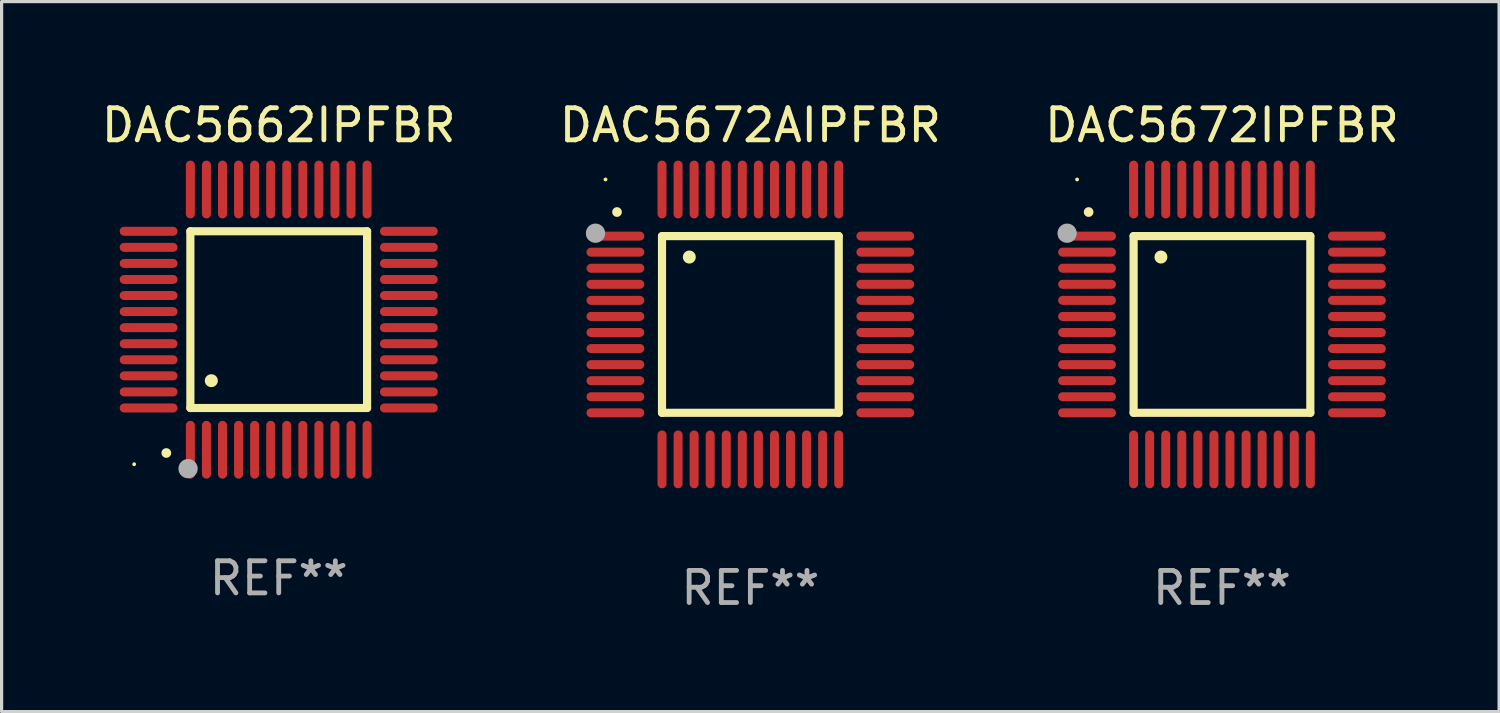
<source format=kicad_pcb>
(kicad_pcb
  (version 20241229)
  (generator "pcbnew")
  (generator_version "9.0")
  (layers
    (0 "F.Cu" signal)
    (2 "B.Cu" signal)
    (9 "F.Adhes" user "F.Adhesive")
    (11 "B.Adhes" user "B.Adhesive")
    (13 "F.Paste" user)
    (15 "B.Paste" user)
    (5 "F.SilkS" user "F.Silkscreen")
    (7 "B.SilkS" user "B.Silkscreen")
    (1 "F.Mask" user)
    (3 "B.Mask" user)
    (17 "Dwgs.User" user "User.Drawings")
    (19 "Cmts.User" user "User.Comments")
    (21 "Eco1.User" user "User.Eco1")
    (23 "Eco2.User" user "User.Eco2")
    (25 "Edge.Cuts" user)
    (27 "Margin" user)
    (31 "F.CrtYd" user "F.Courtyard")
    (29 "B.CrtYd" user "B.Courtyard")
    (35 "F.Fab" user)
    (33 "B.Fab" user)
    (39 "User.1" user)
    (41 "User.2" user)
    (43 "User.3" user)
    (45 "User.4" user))
  (footprint "DAC5672AIPFBR"
    (layer "F.Cu")
    (at 20.304 7.048)
    (property "Reference" "DAC5672AIPFBR" (at 0 -6.2 0) (layer "F.SilkS") (effects (font (size 1 1) (thickness 0.15))))
    (attr through_hole)
    (fp_line (start -2.75 -2.75) (end 2.75 -2.75) (stroke (width 0.254) (type solid)) (layer "F.SilkS"))
    (fp_line (start -2.75 2.75) (end -2.75 -2.75) (stroke (width 0.254) (type solid)) (layer "F.SilkS"))
    (fp_line (start 2.75 -2.75) (end 2.75 2.75) (stroke (width 0.254) (type solid)) (layer "F.SilkS"))
    (fp_line (start 2.75 2.75) (end -2.75 2.75) (stroke (width 0.254) (type solid)) (layer "F.SilkS"))
    (fp_arc (start -4.150368 -3.497587) (mid -4.150373 -3.498857) (end -4.150368 -3.500127) (stroke (width 0.3) (type solid)) (layer "F.SilkS"))
    (fp_arc (start -1.899924 -2.095504) (mid -1.89994 -2.098044) (end -1.899924 -2.100584) (stroke (width 0.4) (type solid)) (layer "F.SilkS"))
    (fp_circle (center -4.509 -4.513) (end -4.479 -4.513) (stroke (width 0.06) (type solid)) (fill no) (layer "F.SilkS"))
    (fp_circle (center -4.82 -2.84) (end -4.67 -2.84) (stroke (width 0.3) (type solid)) (fill no) (layer "F.Fab"))
    (fp_text user "REF**" (at 0 8.2 0) (layer "F.Fab") (effects (font (size 1 1) (thickness 0.15))))
    (pad "1" smd oval (at -4.2 -2.75 90) (size 0.28 1.8) (layers "F.Cu" "F.Mask" "F.Paste"))
    (pad "2" smd oval (at -4.2 -2.25 90) (size 0.28 1.8) (layers "F.Cu" "F.Mask" "F.Paste"))
    (pad "3" smd oval (at -4.2 -1.75 90) (size 0.28 1.8) (layers "F.Cu" "F.Mask" "F.Paste"))
    (pad "4" smd oval (at -4.2 -1.25 90) (size 0.28 1.8) (layers "F.Cu" "F.Mask" "F.Paste"))
    (pad "5" smd oval (at -4.2 -0.75 90) (size 0.28 1.8) (layers "F.Cu" "F.Mask" "F.Paste"))
    (pad "6" smd oval (at -4.2 -0.25 90) (size 0.28 1.8) (layers "F.Cu" "F.Mask" "F.Paste"))
    (pad "7" smd oval (at -4.2 0.25 90) (size 0.28 1.8) (layers "F.Cu" "F.Mask" "F.Paste"))
    (pad "8" smd oval (at -4.2 0.75 90) (size 0.28 1.8) (layers "F.Cu" "F.Mask" "F.Paste"))
    (pad "9" smd oval (at -4.2 1.25 90) (size 0.28 1.8) (layers "F.Cu" "F.Mask" "F.Paste"))
    (pad "10" smd oval (at -4.2 1.75 90) (size 0.28 1.8) (layers "F.Cu" "F.Mask" "F.Paste"))
    (pad "11" smd oval (at -4.2 2.25 90) (size 0.28 1.8) (layers "F.Cu" "F.Mask" "F.Paste"))
    (pad "12" smd oval (at -4.2 2.75 90) (size 0.28 1.8) (layers "F.Cu" "F.Mask" "F.Paste"))
    (pad "13" smd oval (at -2.75 4.2) (size 0.28 1.8) (layers "F.Cu" "F.Mask" "F.Paste"))
    (pad "14" smd oval (at -2.25 4.2) (size 0.28 1.8) (layers "F.Cu" "F.Mask" "F.Paste"))
    (pad "15" smd oval (at -1.75 4.2) (size 0.28 1.8) (layers "F.Cu" "F.Mask" "F.Paste"))
    (pad "16" smd oval (at -1.25 4.2) (size 0.28 1.8) (layers "F.Cu" "F.Mask" "F.Paste"))
    (pad "17" smd oval (at -0.75 4.2) (size 0.28 1.8) (layers "F.Cu" "F.Mask" "F.Paste"))
    (pad "18" smd oval (at -0.25 4.2) (size 0.28 1.8) (layers "F.Cu" "F.Mask" "F.Paste"))
    (pad "19" smd oval (at 0.25 4.2) (size 0.28 1.8) (layers "F.Cu" "F.Mask" "F.Paste"))
    (pad "20" smd oval (at 0.75 4.2) (size 0.28 1.8) (layers "F.Cu" "F.Mask" "F.Paste"))
    (pad "21" smd oval (at 1.25 4.2) (size 0.28 1.8) (layers "F.Cu" "F.Mask" "F.Paste"))
    (pad "22" smd oval (at 1.75 4.2) (size 0.28 1.8) (layers "F.Cu" "F.Mask" "F.Paste"))
    (pad "23" smd oval (at 2.25 4.2) (size 0.28 1.8) (layers "F.Cu" "F.Mask" "F.Paste"))
    (pad "24" smd oval (at 2.75 4.2) (size 0.28 1.8) (layers "F.Cu" "F.Mask" "F.Paste"))
    (pad "25" smd oval (at 4.2 2.75 90) (size 0.28 1.8) (layers "F.Cu" "F.Mask" "F.Paste"))
    (pad "26" smd oval (at 4.2 2.25 90) (size 0.28 1.8) (layers "F.Cu" "F.Mask" "F.Paste"))
    (pad "27" smd oval (at 4.2 1.75 90) (size 0.28 1.8) (layers "F.Cu" "F.Mask" "F.Paste"))
    (pad "28" smd oval (at 4.2 1.25 90) (size 0.28 1.8) (layers "F.Cu" "F.Mask" "F.Paste"))
    (pad "29" smd oval (at 4.2 0.75 90) (size 0.28 1.8) (layers "F.Cu" "F.Mask" "F.Paste"))
    (pad "30" smd oval (at 4.2 0.25 90) (size 0.28 1.8) (layers "F.Cu" "F.Mask" "F.Paste"))
    (pad "31" smd oval (at 4.2 -0.25 90) (size 0.28 1.8) (layers "F.Cu" "F.Mask" "F.Paste"))
    (pad "32" smd oval (at 4.2 -0.75 90) (size 0.28 1.8) (layers "F.Cu" "F.Mask" "F.Paste"))
    (pad "33" smd oval (at 4.2 -1.25 90) (size 0.28 1.8) (layers "F.Cu" "F.Mask" "F.Paste"))
    (pad "34" smd oval (at 4.2 -1.75 90) (size 0.28 1.8) (layers "F.Cu" "F.Mask" "F.Paste"))
    (pad "35" smd oval (at 4.2 -2.25 90) (size 0.28 1.8) (layers "F.Cu" "F.Mask" "F.Paste"))
    (pad "36" smd oval (at 4.2 -2.75 90) (size 0.28 1.8) (layers "F.Cu" "F.Mask" "F.Paste"))
    (pad "37" smd oval (at 2.75 -4.2) (size 0.28 1.8) (layers "F.Cu" "F.Mask" "F.Paste"))
    (pad "38" smd oval (at 2.25 -4.2) (size 0.28 1.8) (layers "F.Cu" "F.Mask" "F.Paste"))
    (pad "39" smd oval (at 1.75 -4.2) (size 0.28 1.8) (layers "F.Cu" "F.Mask" "F.Paste"))
    (pad "40" smd oval (at 1.25 -4.2) (size 0.28 1.8) (layers "F.Cu" "F.Mask" "F.Paste"))
    (pad "41" smd oval (at 0.75 -4.2) (size 0.28 1.8) (layers "F.Cu" "F.Mask" "F.Paste"))
    (pad "42" smd oval (at 0.25 -4.2) (size 0.28 1.8) (layers "F.Cu" "F.Mask" "F.Paste"))
    (pad "43" smd oval (at -0.25 -4.2) (size 0.28 1.8) (layers "F.Cu" "F.Mask" "F.Paste"))
    (pad "44" smd oval (at -0.75 -4.2) (size 0.28 1.8) (layers "F.Cu" "F.Mask" "F.Paste"))
    (pad "45" smd oval (at -1.25 -4.2) (size 0.28 1.8) (layers "F.Cu" "F.Mask" "F.Paste"))
    (pad "46" smd oval (at -1.75 -4.2) (size 0.28 1.8) (layers "F.Cu" "F.Mask" "F.Paste"))
    (pad "47" smd oval (at -2.25 -4.2) (size 0.28 1.8) (layers "F.Cu" "F.Mask" "F.Paste"))
    (pad "48" smd oval (at -2.75 -4.2) (size 0.28 1.8) (layers "F.Cu" "F.Mask" "F.Paste")))
  (footprint "DAC5662IPFBR"
    (layer "F.Cu")
    (at 5.625 6.898)
    (property "Reference" "DAC5662IPFBR" (at 0 -6.05 0) (layer "F.SilkS") (effects (font (size 1 1) (thickness 0.15))))
    (attr through_hole)
    (fp_line (start -2.75 -2.75) (end 2.75 -2.75) (stroke (width 0.254) (type solid)) (layer "F.SilkS"))
    (fp_line (start -2.75 2.75) (end -2.75 -2.75) (stroke (width 0.254) (type solid)) (layer "F.SilkS"))
    (fp_line (start 2.75 -2.75) (end 2.75 2.75) (stroke (width 0.254) (type solid)) (layer "F.SilkS"))
    (fp_line (start 2.75 2.75) (end -2.75 2.75) (stroke (width 0.254) (type solid)) (layer "F.SilkS"))
    (fp_arc (start -3.500127 4.150368) (mid -3.498857 4.150363) (end -3.497587 4.150368) (stroke (width 0.3) (type solid)) (layer "F.SilkS"))
    (fp_arc (start -2.100584 1.899924) (mid -2.098044 1.899908) (end -2.095504 1.899924) (stroke (width 0.4) (type solid)) (layer "F.SilkS"))
    (fp_circle (center -4.5 4.5) (end -4.47 4.5) (stroke (width 0.06) (type solid)) (fill no) (layer "F.SilkS"))
    (fp_circle (center -2.822 4.638) (end -2.672 4.638) (stroke (width 0.3) (type solid)) (fill no) (layer "F.Fab"))
    (fp_text user "REF**" (at 0 8.05 0) (layer "F.Fab") (effects (font (size 1 1) (thickness 0.15))))
    (pad "1" smd oval (at -2.75 4.05) (size 0.28 1.8) (layers "F.Cu" "F.Mask" "F.Paste"))
    (pad "2" smd oval (at -2.25 4.05) (size 0.28 1.8) (layers "F.Cu" "F.Mask" "F.Paste"))
    (pad "3" smd oval (at -1.75 4.05) (size 0.28 1.8) (layers "F.Cu" "F.Mask" "F.Paste"))
    (pad "4" smd oval (at -1.25 4.05) (size 0.28 1.8) (layers "F.Cu" "F.Mask" "F.Paste"))
    (pad "5" smd oval (at -0.75 4.05) (size 0.28 1.8) (layers "F.Cu" "F.Mask" "F.Paste"))
    (pad "6" smd oval (at -0.25 4.05) (size 0.28 1.8) (layers "F.Cu" "F.Mask" "F.Paste"))
    (pad "7" smd oval (at 0.25 4.05) (size 0.28 1.8) (layers "F.Cu" "F.Mask" "F.Paste"))
    (pad "8" smd oval (at 0.75 4.05) (size 0.28 1.8) (layers "F.Cu" "F.Mask" "F.Paste"))
    (pad "9" smd oval (at 1.25 4.05) (size 0.28 1.8) (layers "F.Cu" "F.Mask" "F.Paste"))
    (pad "10" smd oval (at 1.75 4.05) (size 0.28 1.8) (layers "F.Cu" "F.Mask" "F.Paste"))
    (pad "11" smd oval (at 2.25 4.05) (size 0.28 1.8) (layers "F.Cu" "F.Mask" "F.Paste"))
    (pad "12" smd oval (at 2.75 4.05) (size 0.28 1.8) (layers "F.Cu" "F.Mask" "F.Paste"))
    (pad "13" smd oval (at 4.05 2.75) (size 1.8 0.28) (layers "F.Cu" "F.Mask" "F.Paste"))
    (pad "14" smd oval (at 4.05 2.25) (size 1.8 0.28) (layers "F.Cu" "F.Mask" "F.Paste"))
    (pad "15" smd oval (at 4.05 1.75) (size 1.8 0.28) (layers "F.Cu" "F.Mask" "F.Paste"))
    (pad "16" smd oval (at 4.05 1.25) (size 1.8 0.28) (layers "F.Cu" "F.Mask" "F.Paste"))
    (pad "17" smd oval (at 4.05 0.75) (size 1.8 0.28) (layers "F.Cu" "F.Mask" "F.Paste"))
    (pad "18" smd oval (at 4.05 0.25) (size 1.8 0.28) (layers "F.Cu" "F.Mask" "F.Paste"))
    (pad "19" smd oval (at 4.05 -0.25) (size 1.8 0.28) (layers "F.Cu" "F.Mask" "F.Paste"))
    (pad "20" smd oval (at 4.05 -0.75) (size 1.8 0.28) (layers "F.Cu" "F.Mask" "F.Paste"))
    (pad "21" smd oval (at 4.05 -1.25) (size 1.8 0.28) (layers "F.Cu" "F.Mask" "F.Paste"))
    (pad "22" smd oval (at 4.05 -1.75) (size 1.8 0.28) (layers "F.Cu" "F.Mask" "F.Paste"))
    (pad "23" smd oval (at 4.05 -2.25) (size 1.8 0.28) (layers "F.Cu" "F.Mask" "F.Paste"))
    (pad "24" smd oval (at 4.05 -2.75) (size 1.8 0.28) (layers "F.Cu" "F.Mask" "F.Paste"))
    (pad "25" smd oval (at 2.75 -4.05) (size 0.28 1.8) (layers "F.Cu" "F.Mask" "F.Paste"))
    (pad "26" smd oval (at 2.25 -4.05) (size 0.28 1.8) (layers "F.Cu" "F.Mask" "F.Paste"))
    (pad "27" smd oval (at 1.75 -4.05) (size 0.28 1.8) (layers "F.Cu" "F.Mask" "F.Paste"))
    (pad "28" smd oval (at 1.25 -4.05) (size 0.28 1.8) (layers "F.Cu" "F.Mask" "F.Paste"))
    (pad "29" smd oval (at 0.75 -4.05) (size 0.28 1.8) (layers "F.Cu" "F.Mask" "F.Paste"))
    (pad "30" smd oval (at 0.25 -4.05) (size 0.28 1.8) (layers "F.Cu" "F.Mask" "F.Paste"))
    (pad "31" smd oval (at -0.25 -4.05) (size 0.28 1.8) (layers "F.Cu" "F.Mask" "F.Paste"))
    (pad "32" smd oval (at -0.75 -4.05) (size 0.28 1.8) (layers "F.Cu" "F.Mask" "F.Paste"))
    (pad "33" smd oval (at -1.25 -4.05) (size 0.28 1.8) (layers "F.Cu" "F.Mask" "F.Paste"))
    (pad "34" smd oval (at -1.75 -4.05) (size 0.28 1.8) (layers "F.Cu" "F.Mask" "F.Paste"))
    (pad "35" smd oval (at -2.25 -4.05) (size 0.28 1.8) (layers "F.Cu" "F.Mask" "F.Paste"))
    (pad "36" smd oval (at -2.75 -4.05) (size 0.28 1.8) (layers "F.Cu" "F.Mask" "F.Paste"))
    (pad "37" smd oval (at -4.05 -2.75) (size 1.8 0.28) (layers "F.Cu" "F.Mask" "F.Paste"))
    (pad "38" smd oval (at -4.05 -2.25) (size 1.8 0.28) (layers "F.Cu" "F.Mask" "F.Paste"))
    (pad "39" smd oval (at -4.05 -1.75) (size 1.8 0.28) (layers "F.Cu" "F.Mask" "F.Paste"))
    (pad "40" smd oval (at -4.05 -1.25) (size 1.8 0.28) (layers "F.Cu" "F.Mask" "F.Paste"))
    (pad "41" smd oval (at -4.05 -0.75) (size 1.8 0.28) (layers "F.Cu" "F.Mask" "F.Paste"))
    (pad "42" smd oval (at -4.05 -0.25) (size 1.8 0.28) (layers "F.Cu" "F.Mask" "F.Paste"))
    (pad "43" smd oval (at -4.05 0.25) (size 1.8 0.28) (layers "F.Cu" "F.Mask" "F.Paste"))
    (pad "44" smd oval (at -4.05 0.75) (size 1.8 0.28) (layers "F.Cu" "F.Mask" "F.Paste"))
    (pad "45" smd oval (at -4.05 1.25) (size 1.8 0.28) (layers "F.Cu" "F.Mask" "F.Paste"))
    (pad "46" smd oval (at -4.05 1.75) (size 1.8 0.28) (layers "F.Cu" "F.Mask" "F.Paste"))
    (pad "47" smd oval (at -4.05 2.25) (size 1.8 0.28) (layers "F.Cu" "F.Mask" "F.Paste"))
    (pad "48" smd oval (at -4.05 2.75) (size 1.8 0.28) (layers "F.Cu" "F.Mask" "F.Paste")))
  (footprint "DAC5672IPFBR"
    (layer "F.Cu")
    (at 34.982 7.048)
    (property "Reference" "DAC5672IPFBR" (at 0 -6.2 0) (layer "F.SilkS") (effects (font (size 1 1) (thickness 0.15))))
    (attr through_hole)
    (fp_line (start -2.75 -2.75) (end 2.75 -2.75) (stroke (width 0.254) (type solid)) (layer "F.SilkS"))
    (fp_line (start -2.75 2.75) (end -2.75 -2.75) (stroke (width 0.254) (type solid)) (layer "F.SilkS"))
    (fp_line (start 2.75 -2.75) (end 2.75 2.75) (stroke (width 0.254) (type solid)) (layer "F.SilkS"))
    (fp_line (start 2.75 2.75) (end -2.75 2.75) (stroke (width 0.254) (type solid)) (layer "F.SilkS"))
    (fp_arc (start -4.150368 -3.497587) (mid -4.150373 -3.498857) (end -4.150368 -3.500127) (stroke (width 0.3) (type solid)) (layer "F.SilkS"))
    (fp_arc (start -1.899924 -2.095504) (mid -1.89994 -2.098044) (end -1.899924 -2.100584) (stroke (width 0.4) (type solid)) (layer "F.SilkS"))
    (fp_circle (center -4.509 -4.513) (end -4.479 -4.513) (stroke (width 0.06) (type solid)) (fill no) (layer "F.SilkS"))
    (fp_circle (center -4.82 -2.84) (end -4.67 -2.84) (stroke (width 0.3) (type solid)) (fill no) (layer "F.Fab"))
    (fp_text user "REF**" (at 0 8.2 0) (layer "F.Fab") (effects (font (size 1 1) (thickness 0.15))))
    (pad "1" smd oval (at -4.2 -2.75 90) (size 0.28 1.8) (layers "F.Cu" "F.Mask" "F.Paste"))
    (pad "2" smd oval (at -4.2 -2.25 90) (size 0.28 1.8) (layers "F.Cu" "F.Mask" "F.Paste"))
    (pad "3" smd oval (at -4.2 -1.75 90) (size 0.28 1.8) (layers "F.Cu" "F.Mask" "F.Paste"))
    (pad "4" smd oval (at -4.2 -1.25 90) (size 0.28 1.8) (layers "F.Cu" "F.Mask" "F.Paste"))
    (pad "5" smd oval (at -4.2 -0.75 90) (size 0.28 1.8) (layers "F.Cu" "F.Mask" "F.Paste"))
    (pad "6" smd oval (at -4.2 -0.25 90) (size 0.28 1.8) (layers "F.Cu" "F.Mask" "F.Paste"))
    (pad "7" smd oval (at -4.2 0.25 90) (size 0.28 1.8) (layers "F.Cu" "F.Mask" "F.Paste"))
    (pad "8" smd oval (at -4.2 0.75 90) (size 0.28 1.8) (layers "F.Cu" "F.Mask" "F.Paste"))
    (pad "9" smd oval (at -4.2 1.25 90) (size 0.28 1.8) (layers "F.Cu" "F.Mask" "F.Paste"))
    (pad "10" smd oval (at -4.2 1.75 90) (size 0.28 1.8) (layers "F.Cu" "F.Mask" "F.Paste"))
    (pad "11" smd oval (at -4.2 2.25 90) (size 0.28 1.8) (layers "F.Cu" "F.Mask" "F.Paste"))
    (pad "12" smd oval (at -4.2 2.75 90) (size 0.28 1.8) (layers "F.Cu" "F.Mask" "F.Paste"))
    (pad "13" smd oval (at -2.75 4.2) (size 0.28 1.8) (layers "F.Cu" "F.Mask" "F.Paste"))
    (pad "14" smd oval (at -2.25 4.2) (size 0.28 1.8) (layers "F.Cu" "F.Mask" "F.Paste"))
    (pad "15" smd oval (at -1.75 4.2) (size 0.28 1.8) (layers "F.Cu" "F.Mask" "F.Paste"))
    (pad "16" smd oval (at -1.25 4.2) (size 0.28 1.8) (layers "F.Cu" "F.Mask" "F.Paste"))
    (pad "17" smd oval (at -0.75 4.2) (size 0.28 1.8) (layers "F.Cu" "F.Mask" "F.Paste"))
    (pad "18" smd oval (at -0.25 4.2) (size 0.28 1.8) (layers "F.Cu" "F.Mask" "F.Paste"))
    (pad "19" smd oval (at 0.25 4.2) (size 0.28 1.8) (layers "F.Cu" "F.Mask" "F.Paste"))
    (pad "20" smd oval (at 0.75 4.2) (size 0.28 1.8) (layers "F.Cu" "F.Mask" "F.Paste"))
    (pad "21" smd oval (at 1.25 4.2) (size 0.28 1.8) (layers "F.Cu" "F.Mask" "F.Paste"))
    (pad "22" smd oval (at 1.75 4.2) (size 0.28 1.8) (layers "F.Cu" "F.Mask" "F.Paste"))
    (pad "23" smd oval (at 2.25 4.2) (size 0.28 1.8) (layers "F.Cu" "F.Mask" "F.Paste"))
    (pad "24" smd oval (at 2.75 4.2) (size 0.28 1.8) (layers "F.Cu" "F.Mask" "F.Paste"))
    (pad "25" smd oval (at 4.2 2.75 90) (size 0.28 1.8) (layers "F.Cu" "F.Mask" "F.Paste"))
    (pad "26" smd oval (at 4.2 2.25 90) (size 0.28 1.8) (layers "F.Cu" "F.Mask" "F.Paste"))
    (pad "27" smd oval (at 4.2 1.75 90) (size 0.28 1.8) (layers "F.Cu" "F.Mask" "F.Paste"))
    (pad "28" smd oval (at 4.2 1.25 90) (size 0.28 1.8) (layers "F.Cu" "F.Mask" "F.Paste"))
    (pad "29" smd oval (at 4.2 0.75 90) (size 0.28 1.8) (layers "F.Cu" "F.Mask" "F.Paste"))
    (pad "30" smd oval (at 4.2 0.25 90) (size 0.28 1.8) (layers "F.Cu" "F.Mask" "F.Paste"))
    (pad "31" smd oval (at 4.2 -0.25 90) (size 0.28 1.8) (layers "F.Cu" "F.Mask" "F.Paste"))
    (pad "32" smd oval (at 4.2 -0.75 90) (size 0.28 1.8) (layers "F.Cu" "F.Mask" "F.Paste"))
    (pad "33" smd oval (at 4.2 -1.25 90) (size 0.28 1.8) (layers "F.Cu" "F.Mask" "F.Paste"))
    (pad "34" smd oval (at 4.2 -1.75 90) (size 0.28 1.8) (layers "F.Cu" "F.Mask" "F.Paste"))
    (pad "35" smd oval (at 4.2 -2.25 90) (size 0.28 1.8) (layers "F.Cu" "F.Mask" "F.Paste"))
    (pad "36" smd oval (at 4.2 -2.75 90) (size 0.28 1.8) (layers "F.Cu" "F.Mask" "F.Paste"))
    (pad "37" smd oval (at 2.75 -4.2) (size 0.28 1.8) (layers "F.Cu" "F.Mask" "F.Paste"))
    (pad "38" smd oval (at 2.25 -4.2) (size 0.28 1.8) (layers "F.Cu" "F.Mask" "F.Paste"))
    (pad "39" smd oval (at 1.75 -4.2) (size 0.28 1.8) (layers "F.Cu" "F.Mask" "F.Paste"))
    (pad "40" smd oval (at 1.25 -4.2) (size 0.28 1.8) (layers "F.Cu" "F.Mask" "F.Paste"))
    (pad "41" smd oval (at 0.75 -4.2) (size 0.28 1.8) (layers "F.Cu" "F.Mask" "F.Paste"))
    (pad "42" smd oval (at 0.25 -4.2) (size 0.28 1.8) (layers "F.Cu" "F.Mask" "F.Paste"))
    (pad "43" smd oval (at -0.25 -4.2) (size 0.28 1.8) (layers "F.Cu" "F.Mask" "F.Paste"))
    (pad "44" smd oval (at -0.75 -4.2) (size 0.28 1.8) (layers "F.Cu" "F.Mask" "F.Paste"))
    (pad "45" smd oval (at -1.25 -4.2) (size 0.28 1.8) (layers "F.Cu" "F.Mask" "F.Paste"))
    (pad "46" smd oval (at -1.75 -4.2) (size 0.28 1.8) (layers "F.Cu" "F.Mask" "F.Paste"))
    (pad "47" smd oval (at -2.25 -4.2) (size 0.28 1.8) (layers "F.Cu" "F.Mask" "F.Paste"))
    (pad "48" smd oval (at -2.75 -4.2) (size 0.28 1.8) (layers "F.Cu" "F.Mask" "F.Paste")))
  (gr_rect
    (start -3 -3)
    (end 43.607 19.097)
    (stroke (width 0.1) (type default))
    (fill no)
    (layer "Edge.Cuts")))
</source>
